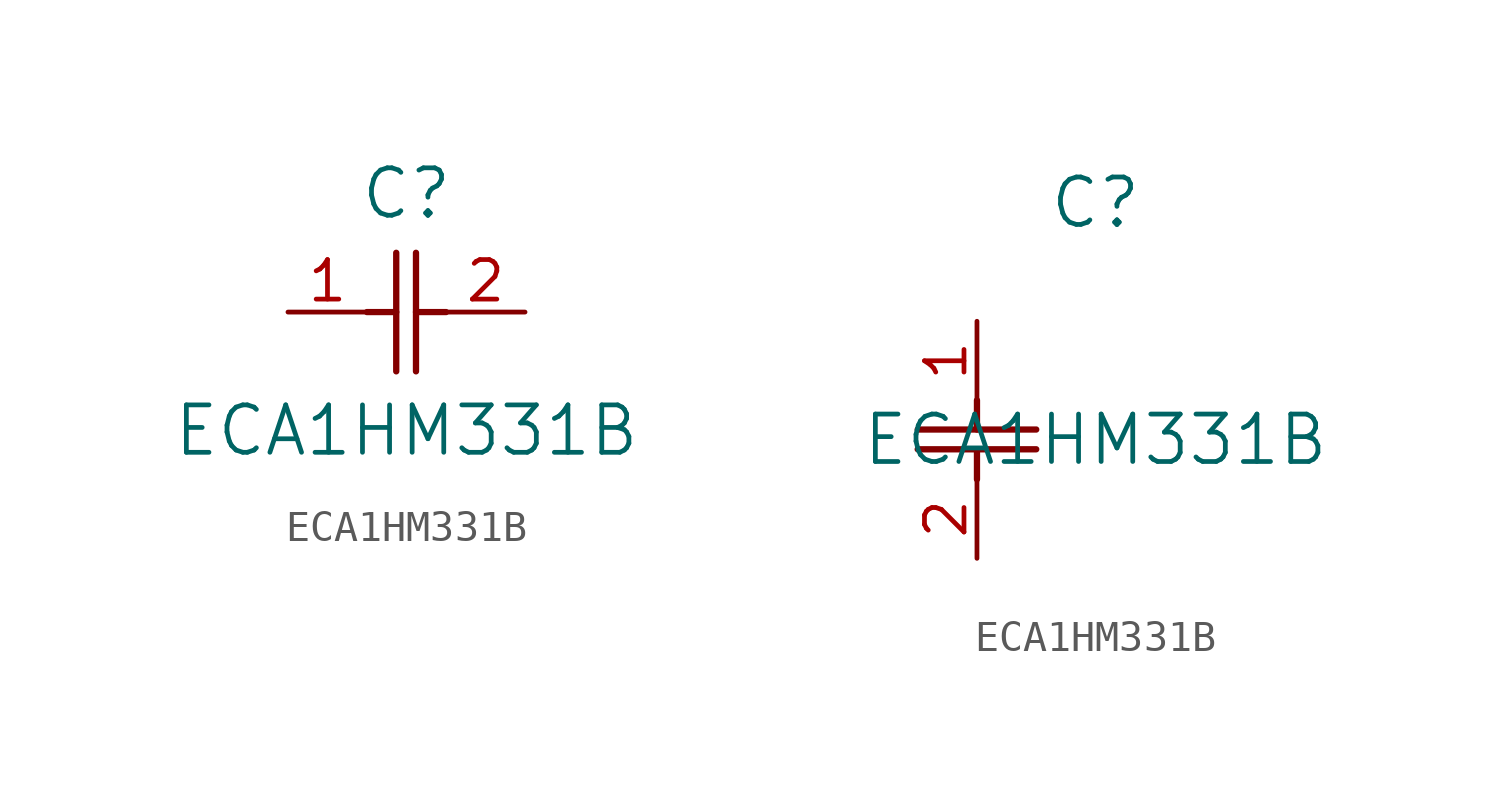
<source format=kicad_sym>
(kicad_symbol_lib
  (version 20211014)
  (generator kicad_symbol_editor)
  (symbol "ECA1HM331B"
    (pin_names
      (offset 0.254))
    (property "Reference" "C"
      (at 3.81 3.81 0)
      (effects (font (size 1.524 1.524))))
    (property "Value" "ECA1HM331B"
      (at 3.81 -3.81 0)
      (effects (font (size 1.524 1.524))))
    (symbol "ECA1HM331B_1_1"
      (polyline (pts (xy 3.48 -1.905) (xy 3.48 1.905)) (stroke (width 0.203) (type default) (color 0 0 0 0)) (fill (type none)))
      (polyline (pts (xy 4.115 -1.905) (xy 4.115 1.905)) (stroke (width 0.203) (type default) (color 0 0 0 0)) (fill (type none)))
      (polyline (pts (xy 4.115 0) (xy 5.08 0)) (stroke (width 0.203) (type default) (color 0 0 0 0)) (fill (type none)))
      (polyline (pts (xy 2.54 0) (xy 3.48 0)) (stroke (width 0.203) (type default) (color 0 0 0 0)) (fill (type none)))
      (pin unspecified line (at 0 0 0) (length 2.54) (name "" (effects (font (size 1.27 1.27)))) (number "1" (effects (font (size 1.27 1.27)))))
      (pin unspecified line (at 7.62 0 180) (length 2.54) (name "" (effects (font (size 1.27 1.27)))) (number "2" (effects (font (size 1.27 1.27))))))
    (symbol "ECA1HM331B_1_2"
      (polyline (pts (xy -1.905 -3.48) (xy 1.905 -3.48)) (stroke (width 0.203) (type default) (color 0 0 0 0)) (fill (type none)))
      (polyline (pts (xy -1.905 -4.115) (xy 1.905 -4.115)) (stroke (width 0.203) (type default) (color 0 0 0 0)) (fill (type none)))
      (polyline (pts (xy 0 -4.115) (xy 0 -5.08)) (stroke (width 0.203) (type default) (color 0 0 0 0)) (fill (type none)))
      (polyline (pts (xy 0 -2.54) (xy 0 -3.48)) (stroke (width 0.203) (type default) (color 0 0 0 0)) (fill (type none)))
      (pin unspecified line (at 0 0 270) (length 2.54) (name "" (effects (font (size 1.27 1.27)))) (number "1" (effects (font (size 1.27 1.27)))))
      (pin unspecified line (at 0 -7.62 90) (length 2.54) (name "" (effects (font (size 1.27 1.27)))) (number "2" (effects (font (size 1.27 1.27))))))))
</source>
